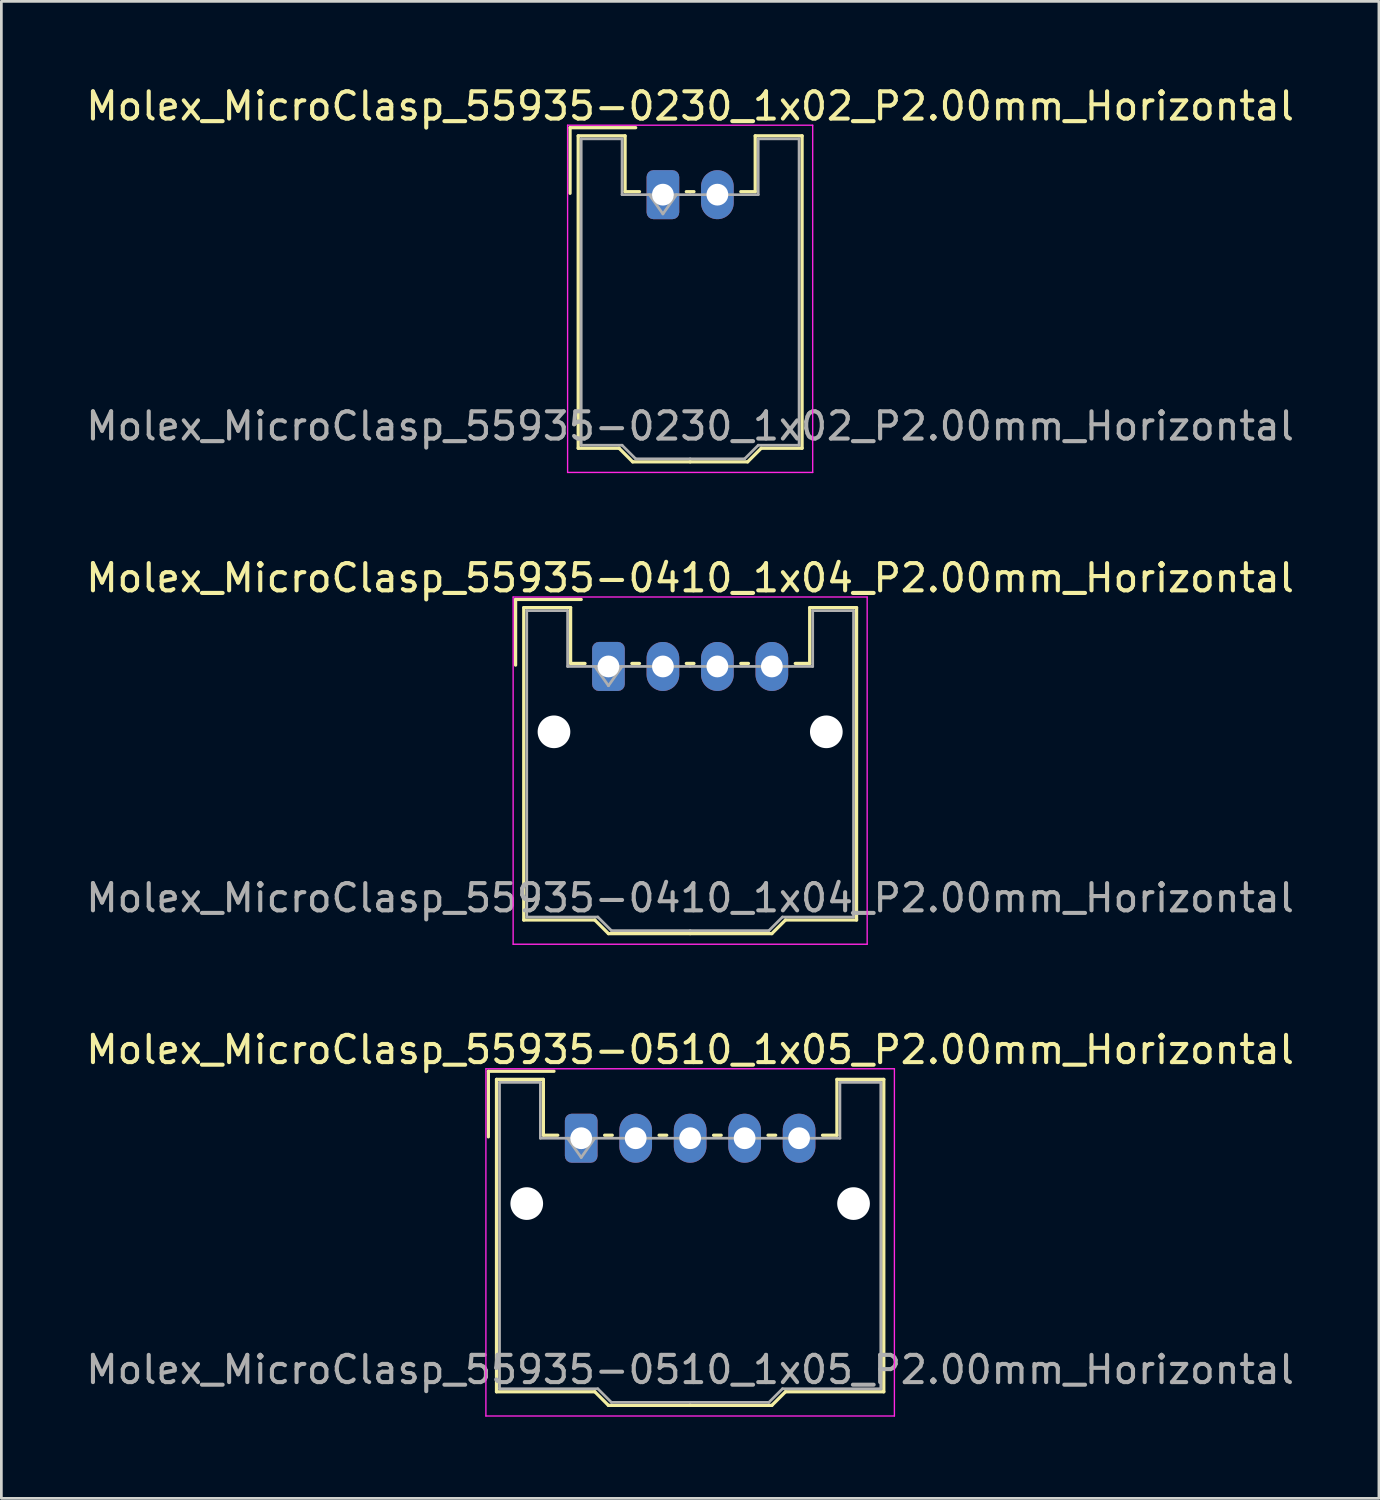
<source format=kicad_pcb>
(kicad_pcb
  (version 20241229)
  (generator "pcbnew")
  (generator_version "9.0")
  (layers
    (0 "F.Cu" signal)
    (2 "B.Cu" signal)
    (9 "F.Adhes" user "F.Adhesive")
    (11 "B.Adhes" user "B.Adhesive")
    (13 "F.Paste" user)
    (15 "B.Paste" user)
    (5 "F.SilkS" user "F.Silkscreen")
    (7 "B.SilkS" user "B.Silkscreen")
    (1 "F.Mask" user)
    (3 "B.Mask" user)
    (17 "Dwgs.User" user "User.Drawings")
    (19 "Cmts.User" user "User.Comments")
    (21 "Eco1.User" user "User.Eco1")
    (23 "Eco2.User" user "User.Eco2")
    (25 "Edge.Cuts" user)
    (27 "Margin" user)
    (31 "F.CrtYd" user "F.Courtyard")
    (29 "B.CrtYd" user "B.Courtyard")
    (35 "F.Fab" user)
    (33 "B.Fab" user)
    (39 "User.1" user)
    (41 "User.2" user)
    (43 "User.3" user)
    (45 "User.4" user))
  (footprint "Molex_MicroClasp_55935-0510_1x05_P2.00mm_Horizontal"
    (layer "F.Cu")
    (at 18.292 38.745)
    (property "Reference" "Molex_MicroClasp_55935-0510_1x05_P2.00mm_Horizontal" (at 4 -3.25 0) (layer "F.SilkS") (effects (font (size 1 1) (thickness 0.15))))
    (attr through_hole)
    (fp_line (start -3.41 -2.46) (end -1 -2.46) (stroke (width 0.12) (type solid)) (layer "F.SilkS"))
    (fp_line (start -3.41 -0.05) (end -3.41 -2.46) (stroke (width 0.12) (type solid)) (layer "F.SilkS"))
    (fp_line (start -3.11 -2.16) (end -1.39 -2.16) (stroke (width 0.12) (type solid)) (layer "F.SilkS"))
    (fp_line (start -3.11 9.31) (end -3.11 -2.16) (stroke (width 0.12) (type solid)) (layer "F.SilkS"))
    (fp_line (start -1.39 -2.16) (end -1.39 -0.11) (stroke (width 0.12) (type solid)) (layer "F.SilkS"))
    (fp_line (start -1.39 -0.11) (end -0.86 -0.11) (stroke (width 0.12) (type solid)) (layer "F.SilkS"))
    (fp_line (start 0.5 9.31) (end -3.11 9.31) (stroke (width 0.12) (type solid)) (layer "F.SilkS"))
    (fp_line (start 0.86 -0.11) (end 1.14 -0.11) (stroke (width 0.12) (type solid)) (layer "F.SilkS"))
    (fp_line (start 1 9.81) (end 0.5 9.31) (stroke (width 0.12) (type solid)) (layer "F.SilkS"))
    (fp_line (start 2.86 -0.11) (end 3.14 -0.11) (stroke (width 0.12) (type solid)) (layer "F.SilkS"))
    (fp_line (start 4 9.81) (end 1 9.81) (stroke (width 0.12) (type solid)) (layer "F.SilkS"))
    (fp_line (start 4 9.81) (end 7 9.81) (stroke (width 0.12) (type solid)) (layer "F.SilkS"))
    (fp_line (start 4.86 -0.11) (end 5.14 -0.11) (stroke (width 0.12) (type solid)) (layer "F.SilkS"))
    (fp_line (start 6.86 -0.11) (end 7.14 -0.11) (stroke (width 0.12) (type solid)) (layer "F.SilkS"))
    (fp_line (start 7 9.81) (end 7.5 9.31) (stroke (width 0.12) (type solid)) (layer "F.SilkS"))
    (fp_line (start 7.5 9.31) (end 11.11 9.31) (stroke (width 0.12) (type solid)) (layer "F.SilkS"))
    (fp_line (start 9.39 -2.16) (end 9.39 -0.11) (stroke (width 0.12) (type solid)) (layer "F.SilkS"))
    (fp_line (start 9.39 -0.11) (end 8.86 -0.11) (stroke (width 0.12) (type solid)) (layer "F.SilkS"))
    (fp_line (start 11.11 -2.16) (end 9.39 -2.16) (stroke (width 0.12) (type solid)) (layer "F.SilkS"))
    (fp_line (start 11.11 9.31) (end 11.11 -2.16) (stroke (width 0.12) (type solid)) (layer "F.SilkS"))
    (fp_line (start -3.5 -2.55) (end -3.5 10.2) (stroke (width 0.05) (type solid)) (layer "F.CrtYd"))
    (fp_line (start -3.5 10.2) (end 11.5 10.2) (stroke (width 0.05) (type solid)) (layer "F.CrtYd"))
    (fp_line (start 11.5 -2.55) (end -3.5 -2.55) (stroke (width 0.05) (type solid)) (layer "F.CrtYd"))
    (fp_line (start 11.5 10.2) (end 11.5 -2.55) (stroke (width 0.05) (type solid)) (layer "F.CrtYd"))
    (fp_line (start -3 -2.05) (end -1.5 -2.05) (stroke (width 0.1) (type solid)) (layer "F.Fab"))
    (fp_line (start -3 9.2) (end -3 -2.05) (stroke (width 0.1) (type solid)) (layer "F.Fab"))
    (fp_line (start -1.5 -2.05) (end -1.5 0) (stroke (width 0.1) (type solid)) (layer "F.Fab"))
    (fp_line (start -1.5 0) (end 4 0) (stroke (width 0.1) (type solid)) (layer "F.Fab"))
    (fp_line (start -0.5 0) (end 0 0.707) (stroke (width 0.1) (type solid)) (layer "F.Fab"))
    (fp_line (start 0 0.707) (end 0.5 0) (stroke (width 0.1) (type solid)) (layer "F.Fab"))
    (fp_line (start 0.61 9.2) (end -3 9.2) (stroke (width 0.1) (type solid)) (layer "F.Fab"))
    (fp_line (start 1.11 9.7) (end 0.61 9.2) (stroke (width 0.1) (type solid)) (layer "F.Fab"))
    (fp_line (start 4 9.7) (end 1.11 9.7) (stroke (width 0.1) (type solid)) (layer "F.Fab"))
    (fp_line (start 4 9.7) (end 6.89 9.7) (stroke (width 0.1) (type solid)) (layer "F.Fab"))
    (fp_line (start 6.89 9.7) (end 7.39 9.2) (stroke (width 0.1) (type solid)) (layer "F.Fab"))
    (fp_line (start 7.39 9.2) (end 11 9.2) (stroke (width 0.1) (type solid)) (layer "F.Fab"))
    (fp_line (start 9.5 -2.05) (end 9.5 0) (stroke (width 0.1) (type solid)) (layer "F.Fab"))
    (fp_line (start 9.5 0) (end 4 0) (stroke (width 0.1) (type solid)) (layer "F.Fab"))
    (fp_line (start 11 -2.05) (end 9.5 -2.05) (stroke (width 0.1) (type solid)) (layer "F.Fab"))
    (fp_line (start 11 9.2) (end 11 -2.05) (stroke (width 0.1) (type solid)) (layer "F.Fab"))
    (fp_text user "${REFERENCE}" (at 4 8.5 0) (layer "F.Fab") (effects (font (size 1 1) (thickness 0.15))))
    (pad "" np_thru_hole circle (at -2 2.4) (size 1.2 1.2) (drill 1.2) (layers "*.Cu" "*.Mask"))
    (pad "" np_thru_hole circle (at 10 2.4) (size 1.2 1.2) (drill 1.2) (layers "*.Cu" "*.Mask"))
    (pad "1" thru_hole roundrect (at 0 0) (size 1.2 1.8) (drill 0.8) (layers "*.Cu" "*.Mask") (roundrect_rratio 0.208))
    (pad "2" thru_hole oval (at 2 0) (size 1.2 1.8) (drill 0.8) (layers "*.Cu" "*.Mask"))
    (pad "3" thru_hole oval (at 4 0) (size 1.2 1.8) (drill 0.8) (layers "*.Cu" "*.Mask"))
    (pad "4" thru_hole oval (at 6 0) (size 1.2 1.8) (drill 0.8) (layers "*.Cu" "*.Mask"))
    (pad "5" thru_hole oval (at 8 0) (size 1.2 1.8) (drill 0.8) (layers "*.Cu" "*.Mask")))
  (footprint "Molex_MicroClasp_55935-0230_1x02_P2.00mm_Horizontal"
    (layer "F.Cu")
    (at 21.292 4.098)
    (property "Reference" "Molex_MicroClasp_55935-0230_1x02_P2.00mm_Horizontal" (at 1 -3.25 0) (layer "F.SilkS") (effects (font (size 1 1) (thickness 0.15))))
    (attr through_hole)
    (fp_line (start -3.41 -2.46) (end -1 -2.46) (stroke (width 0.12) (type solid)) (layer "F.SilkS"))
    (fp_line (start -3.41 -0.05) (end -3.41 -2.46) (stroke (width 0.12) (type solid)) (layer "F.SilkS"))
    (fp_line (start -3.11 -2.16) (end -1.39 -2.16) (stroke (width 0.12) (type solid)) (layer "F.SilkS"))
    (fp_line (start -3.11 9.31) (end -3.11 -2.16) (stroke (width 0.12) (type solid)) (layer "F.SilkS"))
    (fp_line (start -1.61 9.31) (end -3.11 9.31) (stroke (width 0.12) (type solid)) (layer "F.SilkS"))
    (fp_line (start -1.39 -2.16) (end -1.39 -0.11) (stroke (width 0.12) (type solid)) (layer "F.SilkS"))
    (fp_line (start -1.39 -0.11) (end -0.86 -0.11) (stroke (width 0.12) (type solid)) (layer "F.SilkS"))
    (fp_line (start -1.11 9.81) (end -1.61 9.31) (stroke (width 0.12) (type solid)) (layer "F.SilkS"))
    (fp_line (start 0.86 -0.11) (end 1.14 -0.11) (stroke (width 0.12) (type solid)) (layer "F.SilkS"))
    (fp_line (start 1 9.81) (end -1.11 9.81) (stroke (width 0.12) (type solid)) (layer "F.SilkS"))
    (fp_line (start 1 9.81) (end 3.11 9.81) (stroke (width 0.12) (type solid)) (layer "F.SilkS"))
    (fp_line (start 3.11 9.81) (end 3.61 9.31) (stroke (width 0.12) (type solid)) (layer "F.SilkS"))
    (fp_line (start 3.39 -2.16) (end 3.39 -0.11) (stroke (width 0.12) (type solid)) (layer "F.SilkS"))
    (fp_line (start 3.39 -0.11) (end 2.86 -0.11) (stroke (width 0.12) (type solid)) (layer "F.SilkS"))
    (fp_line (start 3.61 9.31) (end 5.11 9.31) (stroke (width 0.12) (type solid)) (layer "F.SilkS"))
    (fp_line (start 5.11 -2.16) (end 3.39 -2.16) (stroke (width 0.12) (type solid)) (layer "F.SilkS"))
    (fp_line (start 5.11 9.31) (end 5.11 -2.16) (stroke (width 0.12) (type solid)) (layer "F.SilkS"))
    (fp_line (start -3.5 -2.55) (end -3.5 10.2) (stroke (width 0.05) (type solid)) (layer "F.CrtYd"))
    (fp_line (start -3.5 10.2) (end 5.5 10.2) (stroke (width 0.05) (type solid)) (layer "F.CrtYd"))
    (fp_line (start 5.5 -2.55) (end -3.5 -2.55) (stroke (width 0.05) (type solid)) (layer "F.CrtYd"))
    (fp_line (start 5.5 10.2) (end 5.5 -2.55) (stroke (width 0.05) (type solid)) (layer "F.CrtYd"))
    (fp_line (start -3 -2.05) (end -1.5 -2.05) (stroke (width 0.1) (type solid)) (layer "F.Fab"))
    (fp_line (start -3 9.2) (end -3 -2.05) (stroke (width 0.1) (type solid)) (layer "F.Fab"))
    (fp_line (start -1.5 -2.05) (end -1.5 0) (stroke (width 0.1) (type solid)) (layer "F.Fab"))
    (fp_line (start -1.5 0) (end 1 0) (stroke (width 0.1) (type solid)) (layer "F.Fab"))
    (fp_line (start -1.5 9.2) (end -3 9.2) (stroke (width 0.1) (type solid)) (layer "F.Fab"))
    (fp_line (start -1 9.7) (end -1.5 9.2) (stroke (width 0.1) (type solid)) (layer "F.Fab"))
    (fp_line (start -0.5 0) (end 0 0.707) (stroke (width 0.1) (type solid)) (layer "F.Fab"))
    (fp_line (start 0 0.707) (end 0.5 0) (stroke (width 0.1) (type solid)) (layer "F.Fab"))
    (fp_line (start 1 9.7) (end -1 9.7) (stroke (width 0.1) (type solid)) (layer "F.Fab"))
    (fp_line (start 1 9.7) (end 3 9.7) (stroke (width 0.1) (type solid)) (layer "F.Fab"))
    (fp_line (start 3 9.7) (end 3.5 9.2) (stroke (width 0.1) (type solid)) (layer "F.Fab"))
    (fp_line (start 3.5 -2.05) (end 3.5 0) (stroke (width 0.1) (type solid)) (layer "F.Fab"))
    (fp_line (start 3.5 0) (end 1 0) (stroke (width 0.1) (type solid)) (layer "F.Fab"))
    (fp_line (start 3.5 9.2) (end 5 9.2) (stroke (width 0.1) (type solid)) (layer "F.Fab"))
    (fp_line (start 5 -2.05) (end 3.5 -2.05) (stroke (width 0.1) (type solid)) (layer "F.Fab"))
    (fp_line (start 5 9.2) (end 5 -2.05) (stroke (width 0.1) (type solid)) (layer "F.Fab"))
    (fp_text user "${REFERENCE}" (at 1 8.5 0) (layer "F.Fab") (effects (font (size 1 1) (thickness 0.15))))
    (pad "1" thru_hole roundrect (at 0 0) (size 1.2 1.8) (drill 0.8) (layers "*.Cu" "*.Mask") (roundrect_rratio 0.208))
    (pad "2" thru_hole oval (at 2 0) (size 1.2 1.8) (drill 0.8) (layers "*.Cu" "*.Mask")))
  (footprint "Molex_MicroClasp_55935-0410_1x04_P2.00mm_Horizontal"
    (layer "F.Cu")
    (at 19.292 21.422)
    (property "Reference" "Molex_MicroClasp_55935-0410_1x04_P2.00mm_Horizontal" (at 3 -3.25 0) (layer "F.SilkS") (effects (font (size 1 1) (thickness 0.15))))
    (attr through_hole)
    (fp_line (start -3.41 -2.46) (end -1 -2.46) (stroke (width 0.12) (type solid)) (layer "F.SilkS"))
    (fp_line (start -3.41 -0.05) (end -3.41 -2.46) (stroke (width 0.12) (type solid)) (layer "F.SilkS"))
    (fp_line (start -3.11 -2.16) (end -1.39 -2.16) (stroke (width 0.12) (type solid)) (layer "F.SilkS"))
    (fp_line (start -3.11 9.31) (end -3.11 -2.16) (stroke (width 0.12) (type solid)) (layer "F.SilkS"))
    (fp_line (start -1.39 -2.16) (end -1.39 -0.11) (stroke (width 0.12) (type solid)) (layer "F.SilkS"))
    (fp_line (start -1.39 -0.11) (end -0.86 -0.11) (stroke (width 0.12) (type solid)) (layer "F.SilkS"))
    (fp_line (start -0.5 9.31) (end -3.11 9.31) (stroke (width 0.12) (type solid)) (layer "F.SilkS"))
    (fp_line (start 0 9.81) (end -0.5 9.31) (stroke (width 0.12) (type solid)) (layer "F.SilkS"))
    (fp_line (start 0.86 -0.11) (end 1.14 -0.11) (stroke (width 0.12) (type solid)) (layer "F.SilkS"))
    (fp_line (start 2.86 -0.11) (end 3.14 -0.11) (stroke (width 0.12) (type solid)) (layer "F.SilkS"))
    (fp_line (start 3 9.81) (end 0 9.81) (stroke (width 0.12) (type solid)) (layer "F.SilkS"))
    (fp_line (start 3 9.81) (end 6 9.81) (stroke (width 0.12) (type solid)) (layer "F.SilkS"))
    (fp_line (start 4.86 -0.11) (end 5.14 -0.11) (stroke (width 0.12) (type solid)) (layer "F.SilkS"))
    (fp_line (start 6 9.81) (end 6.5 9.31) (stroke (width 0.12) (type solid)) (layer "F.SilkS"))
    (fp_line (start 6.5 9.31) (end 9.11 9.31) (stroke (width 0.12) (type solid)) (layer "F.SilkS"))
    (fp_line (start 7.39 -2.16) (end 7.39 -0.11) (stroke (width 0.12) (type solid)) (layer "F.SilkS"))
    (fp_line (start 7.39 -0.11) (end 6.86 -0.11) (stroke (width 0.12) (type solid)) (layer "F.SilkS"))
    (fp_line (start 9.11 -2.16) (end 7.39 -2.16) (stroke (width 0.12) (type solid)) (layer "F.SilkS"))
    (fp_line (start 9.11 9.31) (end 9.11 -2.16) (stroke (width 0.12) (type solid)) (layer "F.SilkS"))
    (fp_line (start -3.5 -2.55) (end -3.5 10.2) (stroke (width 0.05) (type solid)) (layer "F.CrtYd"))
    (fp_line (start -3.5 10.2) (end 9.5 10.2) (stroke (width 0.05) (type solid)) (layer "F.CrtYd"))
    (fp_line (start 9.5 -2.55) (end -3.5 -2.55) (stroke (width 0.05) (type solid)) (layer "F.CrtYd"))
    (fp_line (start 9.5 10.2) (end 9.5 -2.55) (stroke (width 0.05) (type solid)) (layer "F.CrtYd"))
    (fp_line (start -3 -2.05) (end -1.5 -2.05) (stroke (width 0.1) (type solid)) (layer "F.Fab"))
    (fp_line (start -3 9.2) (end -3 -2.05) (stroke (width 0.1) (type solid)) (layer "F.Fab"))
    (fp_line (start -1.5 -2.05) (end -1.5 0) (stroke (width 0.1) (type solid)) (layer "F.Fab"))
    (fp_line (start -1.5 0) (end 3 0) (stroke (width 0.1) (type solid)) (layer "F.Fab"))
    (fp_line (start -0.5 0) (end 0 0.707) (stroke (width 0.1) (type solid)) (layer "F.Fab"))
    (fp_line (start -0.39 9.2) (end -3 9.2) (stroke (width 0.1) (type solid)) (layer "F.Fab"))
    (fp_line (start 0 0.707) (end 0.5 0) (stroke (width 0.1) (type solid)) (layer "F.Fab"))
    (fp_line (start 0.11 9.7) (end -0.39 9.2) (stroke (width 0.1) (type solid)) (layer "F.Fab"))
    (fp_line (start 3 9.7) (end 0.11 9.7) (stroke (width 0.1) (type solid)) (layer "F.Fab"))
    (fp_line (start 3 9.7) (end 5.89 9.7) (stroke (width 0.1) (type solid)) (layer "F.Fab"))
    (fp_line (start 5.89 9.7) (end 6.39 9.2) (stroke (width 0.1) (type solid)) (layer "F.Fab"))
    (fp_line (start 6.39 9.2) (end 9 9.2) (stroke (width 0.1) (type solid)) (layer "F.Fab"))
    (fp_line (start 7.5 -2.05) (end 7.5 0) (stroke (width 0.1) (type solid)) (layer "F.Fab"))
    (fp_line (start 7.5 0) (end 3 0) (stroke (width 0.1) (type solid)) (layer "F.Fab"))
    (fp_line (start 9 -2.05) (end 7.5 -2.05) (stroke (width 0.1) (type solid)) (layer "F.Fab"))
    (fp_line (start 9 9.2) (end 9 -2.05) (stroke (width 0.1) (type solid)) (layer "F.Fab"))
    (fp_text user "${REFERENCE}" (at 3 8.5 0) (layer "F.Fab") (effects (font (size 1 1) (thickness 0.15))))
    (pad "" np_thru_hole circle (at -2 2.4) (size 1.2 1.2) (drill 1.2) (layers "*.Cu" "*.Mask"))
    (pad "" np_thru_hole circle (at 8 2.4) (size 1.2 1.2) (drill 1.2) (layers "*.Cu" "*.Mask"))
    (pad "1" thru_hole roundrect (at 0 0) (size 1.2 1.8) (drill 0.8) (layers "*.Cu" "*.Mask") (roundrect_rratio 0.208))
    (pad "2" thru_hole oval (at 2 0) (size 1.2 1.8) (drill 0.8) (layers "*.Cu" "*.Mask"))
    (pad "3" thru_hole oval (at 4 0) (size 1.2 1.8) (drill 0.8) (layers "*.Cu" "*.Mask"))
    (pad "4" thru_hole oval (at 6 0) (size 1.2 1.8) (drill 0.8) (layers "*.Cu" "*.Mask")))
  (gr_rect
    (start -3 -3)
    (end 47.583 51.97)
    (stroke (width 0.1) (type default))
    (fill no)
    (layer "Edge.Cuts")))
</source>
